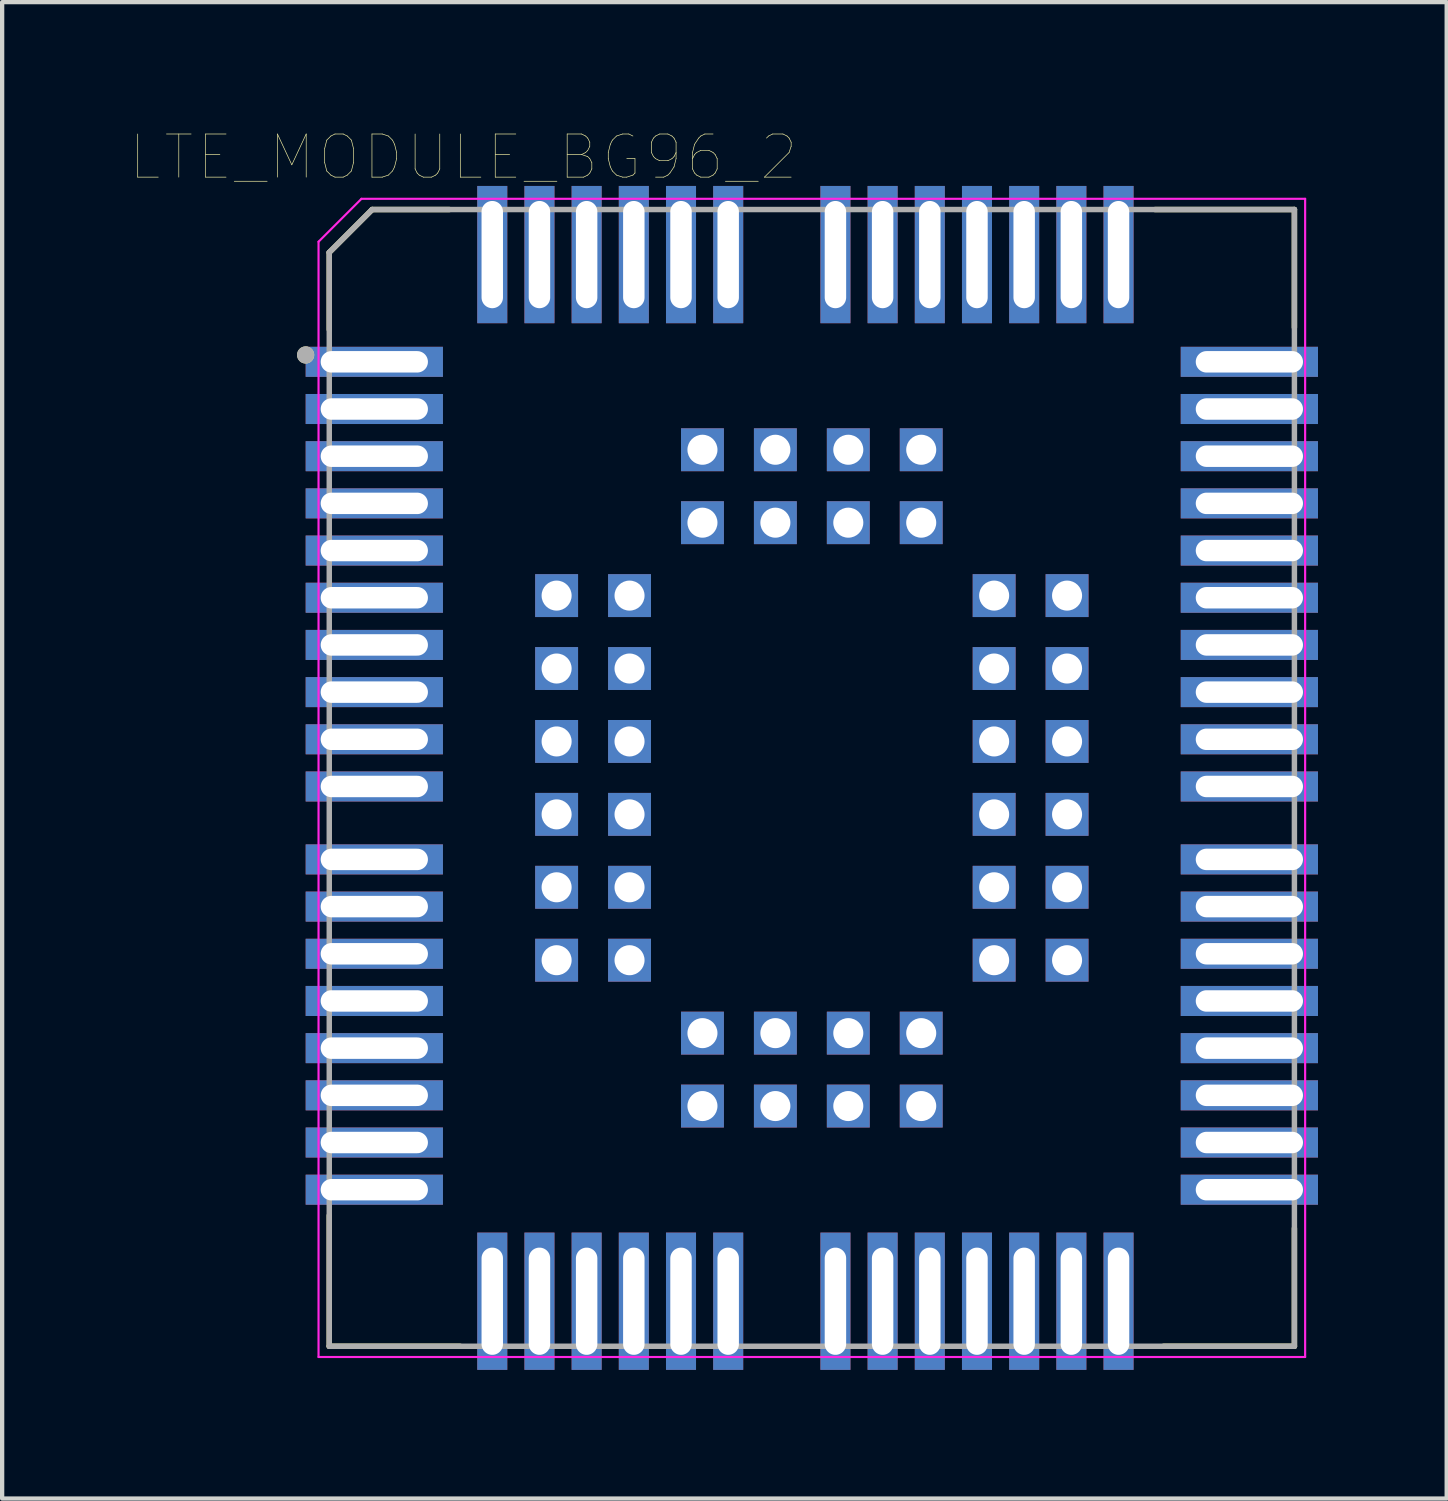
<source format=kicad_pcb>
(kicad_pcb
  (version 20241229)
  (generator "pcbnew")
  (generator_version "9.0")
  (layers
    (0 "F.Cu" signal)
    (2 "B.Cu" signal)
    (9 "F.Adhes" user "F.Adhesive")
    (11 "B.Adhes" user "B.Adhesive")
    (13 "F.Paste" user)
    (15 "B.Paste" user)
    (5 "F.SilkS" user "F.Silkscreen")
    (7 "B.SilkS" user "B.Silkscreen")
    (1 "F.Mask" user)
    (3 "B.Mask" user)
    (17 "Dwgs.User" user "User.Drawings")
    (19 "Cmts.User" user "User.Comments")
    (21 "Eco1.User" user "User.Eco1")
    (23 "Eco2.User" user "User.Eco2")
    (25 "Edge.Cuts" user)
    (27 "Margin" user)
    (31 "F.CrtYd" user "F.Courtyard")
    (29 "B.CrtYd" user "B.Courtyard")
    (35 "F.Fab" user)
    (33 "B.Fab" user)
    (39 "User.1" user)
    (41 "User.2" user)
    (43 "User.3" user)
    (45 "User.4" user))
  (footprint "LTE_MODULE_BG96_2"
    (layer "F.Cu")
    (at 15.876 15.085)
    (property "Reference" "LTE_MODULE_BG96_2" (at -8.123 -14.47 0) (layer "F.SilkS") (effects (font (size 1.006 1.006) (thickness 0.015))))
    (attr through_hole)
    (fp_line (start -11.25 -12.25) (end -11.25 -10.45) (stroke (width 0.127) (type solid)) (layer "F.SilkS"))
    (fp_line (start -11.25 10.2) (end -11.25 13.25) (stroke (width 0.127) (type solid)) (layer "F.SilkS"))
    (fp_line (start -11.25 13.25) (end -8.2 13.25) (stroke (width 0.127) (type solid)) (layer "F.SilkS"))
    (fp_line (start -10.25 -13.25) (end -11.25 -12.25) (stroke (width 0.127) (type solid)) (layer "F.SilkS"))
    (fp_line (start -10.25 -13.25) (end -8.45 -13.25) (stroke (width 0.127) (type solid)) (layer "F.SilkS"))
    (fp_line (start 8 -13.25) (end 11.25 -13.25) (stroke (width 0.127) (type solid)) (layer "F.SilkS"))
    (fp_line (start 8.2 13.25) (end 11.25 13.25) (stroke (width 0.127) (type solid)) (layer "F.SilkS"))
    (fp_line (start 11.25 -10.5) (end 11.25 -13.25) (stroke (width 0.127) (type solid)) (layer "F.SilkS"))
    (fp_line (start 11.25 13.25) (end 11.25 10.5) (stroke (width 0.127) (type solid)) (layer "F.SilkS"))
    (fp_circle (center -11.801 -9.86) (end -11.701 -9.86) (stroke (width 0.2) (type solid)) (fill no) (layer "F.SilkS"))
    (fp_line (start -11.5 -12.5) (end -11.5 13.5) (stroke (width 0.05) (type solid)) (layer "F.CrtYd"))
    (fp_line (start -11.5 13.5) (end 11.5 13.5) (stroke (width 0.05) (type solid)) (layer "F.CrtYd"))
    (fp_line (start -10.5 -13.5) (end -11.5 -12.5) (stroke (width 0.05) (type solid)) (layer "F.CrtYd"))
    (fp_line (start 11.5 -13.5) (end -10.5 -13.5) (stroke (width 0.05) (type solid)) (layer "F.CrtYd"))
    (fp_line (start 11.5 13.5) (end 11.5 -13.5) (stroke (width 0.05) (type solid)) (layer "F.CrtYd"))
    (fp_line (start -11.25 -12.25) (end -11.25 13.25) (stroke (width 0.127) (type solid)) (layer "F.Fab"))
    (fp_line (start -11.25 13.25) (end 11.25 13.25) (stroke (width 0.127) (type solid)) (layer "F.Fab"))
    (fp_line (start -10.25 -13.25) (end -11.25 -12.25) (stroke (width 0.127) (type solid)) (layer "F.Fab"))
    (fp_line (start 11.25 -13.25) (end -10.25 -13.25) (stroke (width 0.127) (type solid)) (layer "F.Fab"))
    (fp_line (start 11.25 13.25) (end 11.25 -13.25) (stroke (width 0.127) (type solid)) (layer "F.Fab"))
    (fp_circle (center -11.801 -9.86) (end -11.701 -9.86) (stroke (width 0.2) (type solid)) (fill no) (layer "F.Fab"))
    (pad "1" thru_hole rect (at -10.2 -9.7) (size 3.2 0.7) (drill oval 2.5 0.5) (layers "*.Cu" "*.Mask"))
    (pad "2" thru_hole rect (at -10.2 -8.6) (size 3.2 0.7) (drill oval 2.5 0.5) (layers "*.Cu" "*.Mask"))
    (pad "3" thru_hole rect (at -10.2 -7.5) (size 3.2 0.7) (drill oval 2.5 0.5) (layers "*.Cu" "*.Mask"))
    (pad "4" thru_hole rect (at -10.2 -6.4) (size 3.2 0.7) (drill oval 2.5 0.5) (layers "*.Cu" "*.Mask"))
    (pad "5" thru_hole rect (at -10.2 -5.3) (size 3.2 0.7) (drill oval 2.5 0.5) (layers "*.Cu" "*.Mask"))
    (pad "6" thru_hole rect (at -10.2 -4.2) (size 3.2 0.7) (drill oval 2.5 0.5) (layers "*.Cu" "*.Mask"))
    (pad "7" thru_hole rect (at -10.2 -3.1) (size 3.2 0.7) (drill oval 2.5 0.5) (layers "*.Cu" "*.Mask"))
    (pad "8" thru_hole rect (at -10.2 -2) (size 3.2 0.7) (drill oval 2.5 0.5) (layers "*.Cu" "*.Mask"))
    (pad "9" thru_hole rect (at -10.2 -0.9) (size 3.2 0.7) (drill oval 2.5 0.5) (layers "*.Cu" "*.Mask"))
    (pad "10" thru_hole rect (at -10.2 0.2) (size 3.2 0.7) (drill oval 2.5 0.5) (layers "*.Cu" "*.Mask"))
    (pad "11" thru_hole rect (at -10.2 1.9) (size 3.2 0.7) (drill oval 2.5 0.5) (layers "*.Cu" "*.Mask"))
    (pad "12" thru_hole rect (at -10.2 3) (size 3.2 0.7) (drill oval 2.5 0.5) (layers "*.Cu" "*.Mask"))
    (pad "13" thru_hole rect (at -10.2 4.1) (size 3.2 0.7) (drill oval 2.5 0.5) (layers "*.Cu" "*.Mask"))
    (pad "14" thru_hole rect (at -10.2 5.2) (size 3.2 0.7) (drill oval 2.5 0.5) (layers "*.Cu" "*.Mask"))
    (pad "15" thru_hole rect (at -10.2 6.3) (size 3.2 0.7) (drill oval 2.5 0.5) (layers "*.Cu" "*.Mask"))
    (pad "16" thru_hole rect (at -10.2 7.4) (size 3.2 0.7) (drill oval 2.5 0.5) (layers "*.Cu" "*.Mask"))
    (pad "17" thru_hole rect (at -10.2 8.5) (size 3.2 0.7) (drill oval 2.5 0.5) (layers "*.Cu" "*.Mask"))
    (pad "18" thru_hole rect (at -10.2 9.6) (size 3.2 0.7) (drill oval 2.5 0.5) (layers "*.Cu" "*.Mask"))
    (pad "19" thru_hole rect (at -7.45 12.2 90) (size 3.2 0.7) (drill oval 2.5 0.5) (layers "*.Cu" "*.Mask"))
    (pad "20" thru_hole rect (at -6.35 12.2 90) (size 3.2 0.7) (drill oval 2.5 0.5) (layers "*.Cu" "*.Mask"))
    (pad "21" thru_hole rect (at -5.25 12.2 90) (size 3.2 0.7) (drill oval 2.5 0.5) (layers "*.Cu" "*.Mask"))
    (pad "22" thru_hole rect (at -4.15 12.2 90) (size 3.2 0.7) (drill oval 2.5 0.5) (layers "*.Cu" "*.Mask"))
    (pad "23" thru_hole rect (at -3.05 12.2 90) (size 3.2 0.7) (drill oval 2.5 0.5) (layers "*.Cu" "*.Mask"))
    (pad "24" thru_hole rect (at -1.95 12.2 90) (size 3.2 0.7) (drill oval 2.5 0.5) (layers "*.Cu" "*.Mask"))
    (pad "25" thru_hole rect (at 0.55 12.2 90) (size 3.2 0.7) (drill oval 2.5 0.5) (layers "*.Cu" "*.Mask"))
    (pad "26" thru_hole rect (at 1.65 12.2 90) (size 3.2 0.7) (drill oval 2.5 0.5) (layers "*.Cu" "*.Mask"))
    (pad "27" thru_hole rect (at 2.75 12.2 90) (size 3.2 0.7) (drill oval 2.5 0.5) (layers "*.Cu" "*.Mask"))
    (pad "28" thru_hole rect (at 3.85 12.2 90) (size 3.2 0.7) (drill oval 2.5 0.5) (layers "*.Cu" "*.Mask"))
    (pad "29" thru_hole rect (at 4.95 12.2 90) (size 3.2 0.7) (drill oval 2.5 0.5) (layers "*.Cu" "*.Mask"))
    (pad "30" thru_hole rect (at 6.05 12.2 90) (size 3.2 0.7) (drill oval 2.5 0.5) (layers "*.Cu" "*.Mask"))
    (pad "31" thru_hole rect (at 7.15 12.2 90) (size 3.2 0.7) (drill oval 2.5 0.5) (layers "*.Cu" "*.Mask"))
    (pad "32" thru_hole rect (at 10.2 9.6 180) (size 3.2 0.7) (drill oval 2.5 0.5) (layers "*.Cu" "*.Mask"))
    (pad "33" thru_hole rect (at 10.2 8.5 180) (size 3.2 0.7) (drill oval 2.5 0.5) (layers "*.Cu" "*.Mask"))
    (pad "34" thru_hole rect (at 10.2 7.4 180) (size 3.2 0.7) (drill oval 2.5 0.5) (layers "*.Cu" "*.Mask"))
    (pad "35" thru_hole rect (at 10.2 6.3 180) (size 3.2 0.7) (drill oval 2.5 0.5) (layers "*.Cu" "*.Mask"))
    (pad "36" thru_hole rect (at 10.2 5.2 180) (size 3.2 0.7) (drill oval 2.5 0.5) (layers "*.Cu" "*.Mask"))
    (pad "37" thru_hole rect (at 10.2 4.1 180) (size 3.2 0.7) (drill oval 2.5 0.5) (layers "*.Cu" "*.Mask"))
    (pad "38" thru_hole rect (at 10.2 3 180) (size 3.2 0.7) (drill oval 2.5 0.5) (layers "*.Cu" "*.Mask"))
    (pad "39" thru_hole rect (at 10.2 1.9 180) (size 3.2 0.7) (drill oval 2.5 0.5) (layers "*.Cu" "*.Mask"))
    (pad "40" thru_hole rect (at 10.2 0.2 180) (size 3.2 0.7) (drill oval 2.5 0.5) (layers "*.Cu" "*.Mask"))
    (pad "41" thru_hole rect (at 10.2 -0.9 180) (size 3.2 0.7) (drill oval 2.5 0.5) (layers "*.Cu" "*.Mask"))
    (pad "42" thru_hole rect (at 10.2 -2 180) (size 3.2 0.7) (drill oval 2.5 0.5) (layers "*.Cu" "*.Mask"))
    (pad "43" thru_hole rect (at 10.2 -3.1 180) (size 3.2 0.7) (drill oval 2.5 0.5) (layers "*.Cu" "*.Mask"))
    (pad "44" thru_hole rect (at 10.2 -4.2 180) (size 3.2 0.7) (drill oval 2.5 0.5) (layers "*.Cu" "*.Mask"))
    (pad "45" thru_hole rect (at 10.2 -5.3 180) (size 3.2 0.7) (drill oval 2.5 0.5) (layers "*.Cu" "*.Mask"))
    (pad "46" thru_hole rect (at 10.2 -6.4 180) (size 3.2 0.7) (drill oval 2.5 0.5) (layers "*.Cu" "*.Mask"))
    (pad "47" thru_hole rect (at 10.2 -7.5 180) (size 3.2 0.7) (drill oval 2.5 0.5) (layers "*.Cu" "*.Mask"))
    (pad "48" thru_hole rect (at 10.2 -8.6 180) (size 3.2 0.7) (drill oval 2.5 0.5) (layers "*.Cu" "*.Mask"))
    (pad "49" thru_hole rect (at 10.2 -9.7 180) (size 3.2 0.7) (drill oval 2.5 0.5) (layers "*.Cu" "*.Mask"))
    (pad "50" thru_hole rect (at 7.15 -12.2 270) (size 3.2 0.7) (drill oval 2.5 0.5) (layers "*.Cu" "*.Mask"))
    (pad "51" thru_hole rect (at 6.05 -12.2 270) (size 3.2 0.7) (drill oval 2.5 0.5) (layers "*.Cu" "*.Mask"))
    (pad "52" thru_hole rect (at 4.95 -12.2 270) (size 3.2 0.7) (drill oval 2.5 0.5) (layers "*.Cu" "*.Mask"))
    (pad "53" thru_hole rect (at 3.85 -12.2 270) (size 3.2 0.7) (drill oval 2.5 0.5) (layers "*.Cu" "*.Mask"))
    (pad "54" thru_hole rect (at 2.75 -12.2 270) (size 3.2 0.7) (drill oval 2.5 0.5) (layers "*.Cu" "*.Mask"))
    (pad "55" thru_hole rect (at 1.65 -12.2 270) (size 3.2 0.7) (drill oval 2.5 0.5) (layers "*.Cu" "*.Mask"))
    (pad "56" thru_hole rect (at 0.55 -12.2 270) (size 3.2 0.7) (drill oval 2.5 0.5) (layers "*.Cu" "*.Mask"))
    (pad "57" thru_hole rect (at -1.95 -12.2 270) (size 3.2 0.7) (drill oval 2.5 0.5) (layers "*.Cu" "*.Mask"))
    (pad "58" thru_hole rect (at -3.05 -12.2 270) (size 3.2 0.7) (drill oval 2.5 0.5) (layers "*.Cu" "*.Mask"))
    (pad "59" thru_hole rect (at -4.15 -12.2 270) (size 3.2 0.7) (drill oval 2.5 0.5) (layers "*.Cu" "*.Mask"))
    (pad "60" thru_hole rect (at -5.25 -12.2 270) (size 3.2 0.7) (drill oval 2.5 0.5) (layers "*.Cu" "*.Mask"))
    (pad "61" thru_hole rect (at -6.35 -12.2 270) (size 3.2 0.7) (drill oval 2.5 0.5) (layers "*.Cu" "*.Mask"))
    (pad "62" thru_hole rect (at -7.45 -12.2 270) (size 3.2 0.7) (drill oval 2.5 0.5) (layers "*.Cu" "*.Mask"))
    (pad "63" thru_hole rect (at -5.95 -4.25) (size 1 1) (drill 0.7) (layers "*.Cu" "*.Mask"))
    (pad "64" thru_hole rect (at -5.95 -2.55) (size 1 1) (drill 0.7) (layers "*.Cu" "*.Mask"))
    (pad "65" thru_hole rect (at -5.95 -0.85) (size 1 1) (drill 0.7) (layers "*.Cu" "*.Mask"))
    (pad "66" thru_hole rect (at -5.95 0.85) (size 1 1) (drill 0.7) (layers "*.Cu" "*.Mask"))
    (pad "67" thru_hole rect (at -5.95 2.55) (size 1 1) (drill 0.7) (layers "*.Cu" "*.Mask"))
    (pad "68" thru_hole rect (at -5.95 4.25) (size 1 1) (drill 0.7) (layers "*.Cu" "*.Mask"))
    (pad "69" thru_hole rect (at -2.55 7.65) (size 1 1) (drill 0.7) (layers "*.Cu" "*.Mask"))
    (pad "70" thru_hole rect (at -0.85 7.65) (size 1 1) (drill 0.7) (layers "*.Cu" "*.Mask"))
    (pad "71" thru_hole rect (at 0.85 7.65) (size 1 1) (drill 0.7) (layers "*.Cu" "*.Mask"))
    (pad "72" thru_hole rect (at 2.55 7.65) (size 1 1) (drill 0.7) (layers "*.Cu" "*.Mask"))
    (pad "73" thru_hole rect (at 5.95 4.25) (size 1 1) (drill 0.7) (layers "*.Cu" "*.Mask"))
    (pad "74" thru_hole rect (at 5.95 2.55) (size 1 1) (drill 0.7) (layers "*.Cu" "*.Mask"))
    (pad "75" thru_hole rect (at 5.95 0.85) (size 1 1) (drill 0.7) (layers "*.Cu" "*.Mask"))
    (pad "76" thru_hole rect (at 5.95 -0.85) (size 1 1) (drill 0.7) (layers "*.Cu" "*.Mask"))
    (pad "77" thru_hole rect (at 5.95 -2.55) (size 1 1) (drill 0.7) (layers "*.Cu" "*.Mask"))
    (pad "78" thru_hole rect (at 5.95 -4.25) (size 1 1) (drill 0.7) (layers "*.Cu" "*.Mask"))
    (pad "79" thru_hole rect (at 2.55 -7.65) (size 1 1) (drill 0.7) (layers "*.Cu" "*.Mask"))
    (pad "80" thru_hole rect (at 0.85 -7.65) (size 1 1) (drill 0.7) (layers "*.Cu" "*.Mask"))
    (pad "81" thru_hole rect (at -0.85 -7.65) (size 1 1) (drill 0.7) (layers "*.Cu" "*.Mask"))
    (pad "82" thru_hole rect (at -2.55 -7.65) (size 1 1) (drill 0.7) (layers "*.Cu" "*.Mask"))
    (pad "83" thru_hole rect (at -4.25 -4.25) (size 1 1) (drill 0.7) (layers "*.Cu" "*.Mask"))
    (pad "84" thru_hole rect (at -4.25 -2.55) (size 1 1) (drill 0.7) (layers "*.Cu" "*.Mask"))
    (pad "85" thru_hole rect (at -4.25 -0.85) (size 1 1) (drill 0.7) (layers "*.Cu" "*.Mask"))
    (pad "86" thru_hole rect (at -4.25 0.85) (size 1 1) (drill 0.7) (layers "*.Cu" "*.Mask"))
    (pad "87" thru_hole rect (at -4.25 2.55) (size 1 1) (drill 0.7) (layers "*.Cu" "*.Mask"))
    (pad "88" thru_hole rect (at -4.25 4.25) (size 1 1) (drill 0.7) (layers "*.Cu" "*.Mask"))
    (pad "89" thru_hole rect (at -2.55 5.95) (size 1 1) (drill 0.7) (layers "*.Cu" "*.Mask"))
    (pad "90" thru_hole rect (at -0.85 5.95) (size 1 1) (drill 0.7) (layers "*.Cu" "*.Mask"))
    (pad "91" thru_hole rect (at 0.85 5.95) (size 1 1) (drill 0.7) (layers "*.Cu" "*.Mask"))
    (pad "92" thru_hole rect (at 2.55 5.95) (size 1 1) (drill 0.7) (layers "*.Cu" "*.Mask"))
    (pad "93" thru_hole rect (at 4.25 4.25) (size 1 1) (drill 0.7) (layers "*.Cu" "*.Mask"))
    (pad "94" thru_hole rect (at 4.25 2.55) (size 1 1) (drill 0.7) (layers "*.Cu" "*.Mask"))
    (pad "95" thru_hole rect (at 4.25 0.85) (size 1 1) (drill 0.7) (layers "*.Cu" "*.Mask"))
    (pad "96" thru_hole rect (at 4.25 -0.85) (size 1 1) (drill 0.7) (layers "*.Cu" "*.Mask"))
    (pad "97" thru_hole rect (at 4.25 -2.55) (size 1 1) (drill 0.7) (layers "*.Cu" "*.Mask"))
    (pad "98" thru_hole rect (at 4.25 -4.25) (size 1 1) (drill 0.7) (layers "*.Cu" "*.Mask"))
    (pad "99" thru_hole rect (at 2.55 -5.95) (size 1 1) (drill 0.7) (layers "*.Cu" "*.Mask"))
    (pad "100" thru_hole rect (at 0.85 -5.95) (size 1 1) (drill 0.7) (layers "*.Cu" "*.Mask"))
    (pad "101" thru_hole rect (at -0.85 -5.95) (size 1 1) (drill 0.7) (layers "*.Cu" "*.Mask"))
    (pad "102" thru_hole rect (at -2.55 -5.95) (size 1 1) (drill 0.7) (layers "*.Cu" "*.Mask")))
  (gr_rect
    (start -3 -3)
    (end 30.676 31.885)
    (stroke (width 0.1) (type default))
    (fill no)
    (layer "Edge.Cuts")))
</source>
